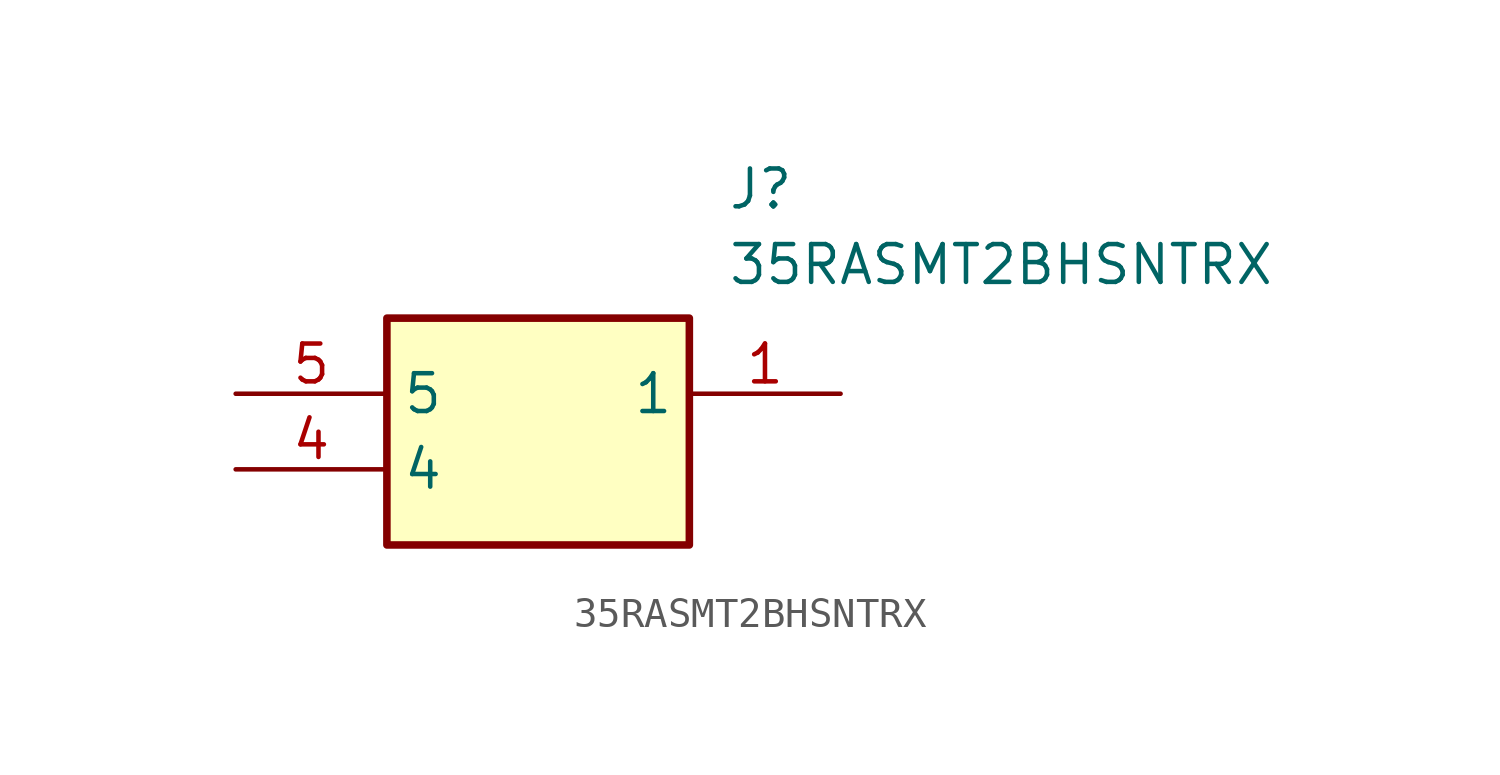
<source format=kicad_sym>
(kicad_symbol_lib
  (version 20211014)
  (generator SamacSys_ECAD_Model)
  (symbol "35RASMT2BHSNTRX"
    (property "Reference" "J"
      (at 16.51 7.62 0)
      (effects (font (size 1.27 1.27)) (justify left top)))
    (property "Value" "35RASMT2BHSNTRX"
      (at 16.51 5.08 0)
      (effects (font (size 1.27 1.27)) (justify left top)))
    (rectangle
      (start 5.08 2.54)
      (end 15.24 -5.08)
      (stroke (width 0.254) (type default))
      (fill (type background)))
    (pin passive line
      (at 20.32 0 180)
      (length 5.08)
      (name "1" (effects (font (size 1.27 1.27))))
      (number "1" (effects (font (size 1.27 1.27)))))
    (pin passive line
      (at 0 -2.54 0)
      (length 5.08)
      (name "4" (effects (font (size 1.27 1.27))))
      (number "4" (effects (font (size 1.27 1.27)))))
    (pin passive line
      (at 0 0 0)
      (length 5.08)
      (name "5" (effects (font (size 1.27 1.27))))
      (number "5" (effects (font (size 1.27 1.27)))))))
</source>
